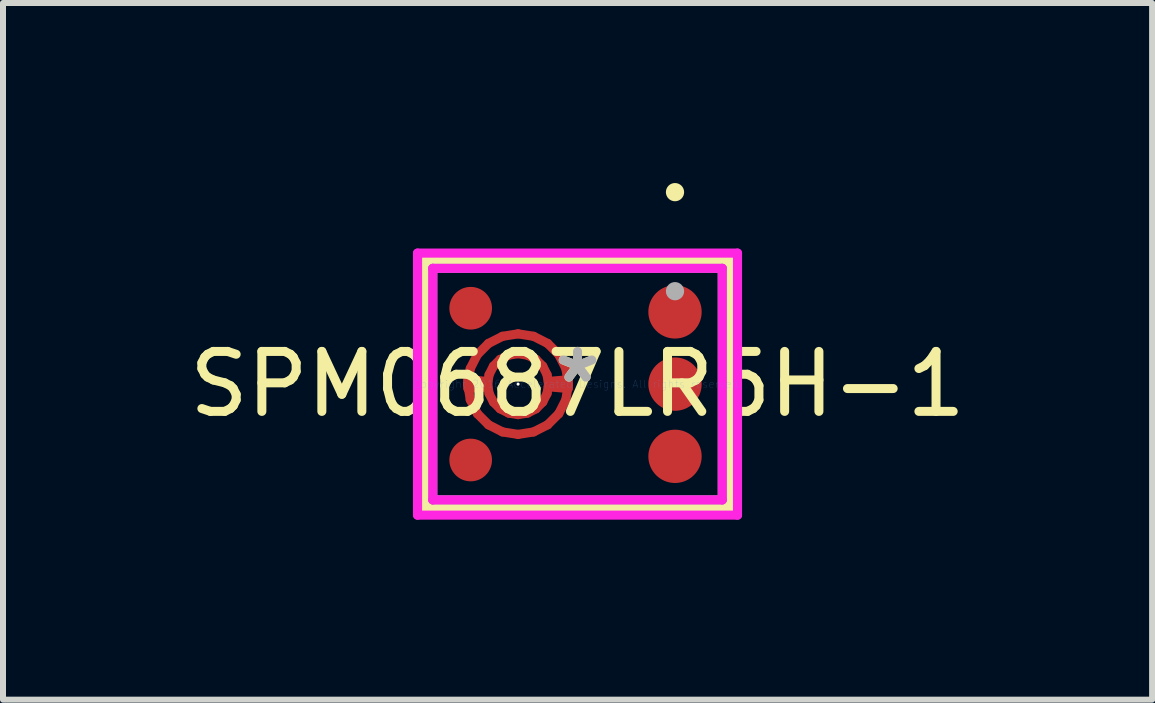
<source format=kicad_pcb>
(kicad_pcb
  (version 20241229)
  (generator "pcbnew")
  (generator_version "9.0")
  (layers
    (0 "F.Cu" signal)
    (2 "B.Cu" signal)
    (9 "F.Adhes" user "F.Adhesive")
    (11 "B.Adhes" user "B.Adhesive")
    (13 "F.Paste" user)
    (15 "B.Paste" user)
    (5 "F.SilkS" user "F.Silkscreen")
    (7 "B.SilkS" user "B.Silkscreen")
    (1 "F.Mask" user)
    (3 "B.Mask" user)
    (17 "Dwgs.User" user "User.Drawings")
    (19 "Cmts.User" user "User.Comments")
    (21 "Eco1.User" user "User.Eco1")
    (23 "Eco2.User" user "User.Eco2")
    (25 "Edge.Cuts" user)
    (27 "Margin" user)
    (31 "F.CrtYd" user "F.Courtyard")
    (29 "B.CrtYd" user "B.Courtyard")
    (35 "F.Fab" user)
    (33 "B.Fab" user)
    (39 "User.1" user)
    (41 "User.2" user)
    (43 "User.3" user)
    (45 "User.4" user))
  (footprint "SPM0687LR5H-1"
    (layer "F.Cu")
    (at 6.577 3.353)
    (property "Reference" "SPM0687LR5H-1" (at 0 0 0) (layer "F.SilkS") (effects (font (size 1 1) (thickness 0.15))))
    (attr through_hole)
    (fp_line (start -1.829 0) (end -1.826 -0.073) (stroke (width 0.152) (type solid)) (layer "F.Cu"))
    (fp_line (start -1.829 0) (end -1.826 0.073) (stroke (width 0.152) (type solid)) (layer "F.Cu"))
    (fp_line (start -1.826 -0.073) (end -1.497 -0.044) (stroke (width 0.152) (type solid)) (layer "F.Cu"))
    (fp_line (start -1.826 0.073) (end -1.497 0.044) (stroke (width 0.152) (type solid)) (layer "F.Cu"))
    (fp_line (start -1.788 -0.259) (end -1.829 0) (stroke (width 0.152) (type solid)) (layer "F.Cu"))
    (fp_line (start -1.788 0.259) (end -1.829 0) (stroke (width 0.152) (type solid)) (layer "F.Cu"))
    (fp_line (start -1.669 -0.493) (end -1.788 -0.259) (stroke (width 0.152) (type solid)) (layer "F.Cu"))
    (fp_line (start -1.669 0.493) (end -1.788 0.259) (stroke (width 0.152) (type solid)) (layer "F.Cu"))
    (fp_line (start -1.499 0) (end -1.474 -0.157) (stroke (width 0.152) (type solid)) (layer "F.Cu"))
    (fp_line (start -1.499 0) (end -1.474 0.157) (stroke (width 0.152) (type solid)) (layer "F.Cu"))
    (fp_line (start -1.497 -0.044) (end -1.499 0) (stroke (width 0.152) (type solid)) (layer "F.Cu"))
    (fp_line (start -1.497 0.044) (end -1.499 0) (stroke (width 0.152) (type solid)) (layer "F.Cu"))
    (fp_line (start -1.484 -0.678) (end -1.669 -0.493) (stroke (width 0.152) (type solid)) (layer "F.Cu"))
    (fp_line (start -1.484 0.678) (end -1.669 0.493) (stroke (width 0.152) (type solid)) (layer "F.Cu"))
    (fp_line (start -1.474 -0.157) (end -1.402 -0.299) (stroke (width 0.152) (type solid)) (layer "F.Cu"))
    (fp_line (start -1.474 0.157) (end -1.402 0.299) (stroke (width 0.152) (type solid)) (layer "F.Cu"))
    (fp_line (start -1.402 -0.299) (end -1.29 -0.411) (stroke (width 0.152) (type solid)) (layer "F.Cu"))
    (fp_line (start -1.402 0.299) (end -1.29 0.411) (stroke (width 0.152) (type solid)) (layer "F.Cu"))
    (fp_line (start -1.29 -0.411) (end -1.148 -0.483) (stroke (width 0.152) (type solid)) (layer "F.Cu"))
    (fp_line (start -1.29 0.411) (end -1.148 0.483) (stroke (width 0.152) (type solid)) (layer "F.Cu"))
    (fp_line (start -1.25 -0.797) (end -1.484 -0.678) (stroke (width 0.152) (type solid)) (layer "F.Cu"))
    (fp_line (start -1.25 0.797) (end -1.484 0.678) (stroke (width 0.152) (type solid)) (layer "F.Cu"))
    (fp_line (start -1.148 -0.483) (end -0.991 -0.508) (stroke (width 0.152) (type solid)) (layer "F.Cu"))
    (fp_line (start -1.148 0.483) (end -0.991 0.508) (stroke (width 0.152) (type solid)) (layer "F.Cu"))
    (fp_line (start -0.991 -0.838) (end -1.25 -0.797) (stroke (width 0.152) (type solid)) (layer "F.Cu"))
    (fp_line (start -0.991 -0.508) (end -0.834 -0.483) (stroke (width 0.152) (type solid)) (layer "F.Cu"))
    (fp_line (start -0.991 0.508) (end -0.834 0.483) (stroke (width 0.152) (type solid)) (layer "F.Cu"))
    (fp_line (start -0.991 0.838) (end -1.25 0.797) (stroke (width 0.152) (type solid)) (layer "F.Cu"))
    (fp_line (start -0.834 -0.483) (end -0.692 -0.411) (stroke (width 0.152) (type solid)) (layer "F.Cu"))
    (fp_line (start -0.834 0.483) (end -0.692 0.411) (stroke (width 0.152) (type solid)) (layer "F.Cu"))
    (fp_line (start -0.732 -0.797) (end -0.991 -0.838) (stroke (width 0.152) (type solid)) (layer "F.Cu"))
    (fp_line (start -0.732 0.797) (end -0.991 0.838) (stroke (width 0.152) (type solid)) (layer "F.Cu"))
    (fp_line (start -0.692 -0.411) (end -0.58 -0.299) (stroke (width 0.152) (type solid)) (layer "F.Cu"))
    (fp_line (start -0.692 0.411) (end -0.58 0.299) (stroke (width 0.152) (type solid)) (layer "F.Cu"))
    (fp_line (start -0.58 -0.299) (end -0.508 -0.157) (stroke (width 0.152) (type solid)) (layer "F.Cu"))
    (fp_line (start -0.58 0.299) (end -0.508 0.157) (stroke (width 0.152) (type solid)) (layer "F.Cu"))
    (fp_line (start -0.508 -0.157) (end -0.483 0) (stroke (width 0.152) (type solid)) (layer "F.Cu"))
    (fp_line (start -0.508 0.157) (end -0.483 0) (stroke (width 0.152) (type solid)) (layer "F.Cu"))
    (fp_line (start -0.498 -0.678) (end -0.732 -0.797) (stroke (width 0.152) (type solid)) (layer "F.Cu"))
    (fp_line (start -0.498 0.678) (end -0.732 0.797) (stroke (width 0.152) (type solid)) (layer "F.Cu"))
    (fp_line (start -0.485 -0.044) (end -0.156 -0.073) (stroke (width 0.152) (type solid)) (layer "F.Cu"))
    (fp_line (start -0.485 0.044) (end -0.156 0.073) (stroke (width 0.152) (type solid)) (layer "F.Cu"))
    (fp_line (start -0.483 0) (end -0.485 -0.044) (stroke (width 0.152) (type solid)) (layer "F.Cu"))
    (fp_line (start -0.483 0) (end -0.485 0.044) (stroke (width 0.152) (type solid)) (layer "F.Cu"))
    (fp_line (start -0.313 -0.493) (end -0.498 -0.678) (stroke (width 0.152) (type solid)) (layer "F.Cu"))
    (fp_line (start -0.313 0.493) (end -0.498 0.678) (stroke (width 0.152) (type solid)) (layer "F.Cu"))
    (fp_line (start -0.194 -0.259) (end -0.313 -0.493) (stroke (width 0.152) (type solid)) (layer "F.Cu"))
    (fp_line (start -0.194 0.259) (end -0.313 0.493) (stroke (width 0.152) (type solid)) (layer "F.Cu"))
    (fp_line (start -0.156 -0.073) (end -0.153 0) (stroke (width 0.152) (type solid)) (layer "F.Cu"))
    (fp_line (start -0.156 0.073) (end -0.153 0) (stroke (width 0.152) (type solid)) (layer "F.Cu"))
    (fp_line (start -0.153 0) (end -0.194 -0.259) (stroke (width 0.152) (type solid)) (layer "F.Cu"))
    (fp_line (start -0.153 0) (end -0.194 0.259) (stroke (width 0.152) (type solid)) (layer "F.Cu"))
    (fp_line (start -1.829 0) (end -1.826 -0.073) (stroke (width 0.152) (type solid)) (layer "F.Mask"))
    (fp_line (start -1.829 0) (end -1.826 0.073) (stroke (width 0.152) (type solid)) (layer "F.Mask"))
    (fp_line (start -1.826 -0.073) (end -1.497 -0.044) (stroke (width 0.152) (type solid)) (layer "F.Mask"))
    (fp_line (start -1.826 0.073) (end -1.497 0.044) (stroke (width 0.152) (type solid)) (layer "F.Mask"))
    (fp_line (start -1.788 -0.259) (end -1.829 0) (stroke (width 0.152) (type solid)) (layer "F.Mask"))
    (fp_line (start -1.788 0.259) (end -1.829 0) (stroke (width 0.152) (type solid)) (layer "F.Mask"))
    (fp_line (start -1.669 -0.493) (end -1.788 -0.259) (stroke (width 0.152) (type solid)) (layer "F.Mask"))
    (fp_line (start -1.669 0.493) (end -1.788 0.259) (stroke (width 0.152) (type solid)) (layer "F.Mask"))
    (fp_line (start -1.499 0) (end -1.474 -0.157) (stroke (width 0.152) (type solid)) (layer "F.Mask"))
    (fp_line (start -1.499 0) (end -1.474 0.157) (stroke (width 0.152) (type solid)) (layer "F.Mask"))
    (fp_line (start -1.497 -0.044) (end -1.499 0) (stroke (width 0.152) (type solid)) (layer "F.Mask"))
    (fp_line (start -1.497 0.044) (end -1.499 0) (stroke (width 0.152) (type solid)) (layer "F.Mask"))
    (fp_line (start -1.484 -0.678) (end -1.669 -0.493) (stroke (width 0.152) (type solid)) (layer "F.Mask"))
    (fp_line (start -1.484 0.678) (end -1.669 0.493) (stroke (width 0.152) (type solid)) (layer "F.Mask"))
    (fp_line (start -1.474 -0.157) (end -1.402 -0.299) (stroke (width 0.152) (type solid)) (layer "F.Mask"))
    (fp_line (start -1.474 0.157) (end -1.402 0.299) (stroke (width 0.152) (type solid)) (layer "F.Mask"))
    (fp_line (start -1.402 -0.299) (end -1.29 -0.411) (stroke (width 0.152) (type solid)) (layer "F.Mask"))
    (fp_line (start -1.402 0.299) (end -1.29 0.411) (stroke (width 0.152) (type solid)) (layer "F.Mask"))
    (fp_line (start -1.29 -0.411) (end -1.148 -0.483) (stroke (width 0.152) (type solid)) (layer "F.Mask"))
    (fp_line (start -1.29 0.411) (end -1.148 0.483) (stroke (width 0.152) (type solid)) (layer "F.Mask"))
    (fp_line (start -1.25 -0.797) (end -1.484 -0.678) (stroke (width 0.152) (type solid)) (layer "F.Mask"))
    (fp_line (start -1.25 0.797) (end -1.484 0.678) (stroke (width 0.152) (type solid)) (layer "F.Mask"))
    (fp_line (start -1.148 -0.483) (end -0.991 -0.508) (stroke (width 0.152) (type solid)) (layer "F.Mask"))
    (fp_line (start -1.148 0.483) (end -0.991 0.508) (stroke (width 0.152) (type solid)) (layer "F.Mask"))
    (fp_line (start -0.991 -0.838) (end -1.25 -0.797) (stroke (width 0.152) (type solid)) (layer "F.Mask"))
    (fp_line (start -0.991 -0.508) (end -0.834 -0.483) (stroke (width 0.152) (type solid)) (layer "F.Mask"))
    (fp_line (start -0.991 0.508) (end -0.834 0.483) (stroke (width 0.152) (type solid)) (layer "F.Mask"))
    (fp_line (start -0.991 0.838) (end -1.25 0.797) (stroke (width 0.152) (type solid)) (layer "F.Mask"))
    (fp_line (start -0.834 -0.483) (end -0.692 -0.411) (stroke (width 0.152) (type solid)) (layer "F.Mask"))
    (fp_line (start -0.834 0.483) (end -0.692 0.411) (stroke (width 0.152) (type solid)) (layer "F.Mask"))
    (fp_line (start -0.732 -0.797) (end -0.991 -0.838) (stroke (width 0.152) (type solid)) (layer "F.Mask"))
    (fp_line (start -0.732 0.797) (end -0.991 0.838) (stroke (width 0.152) (type solid)) (layer "F.Mask"))
    (fp_line (start -0.692 -0.411) (end -0.58 -0.299) (stroke (width 0.152) (type solid)) (layer "F.Mask"))
    (fp_line (start -0.692 0.411) (end -0.58 0.299) (stroke (width 0.152) (type solid)) (layer "F.Mask"))
    (fp_line (start -0.58 -0.299) (end -0.508 -0.157) (stroke (width 0.152) (type solid)) (layer "F.Mask"))
    (fp_line (start -0.58 0.299) (end -0.508 0.157) (stroke (width 0.152) (type solid)) (layer "F.Mask"))
    (fp_line (start -0.508 -0.157) (end -0.483 0) (stroke (width 0.152) (type solid)) (layer "F.Mask"))
    (fp_line (start -0.508 0.157) (end -0.483 0) (stroke (width 0.152) (type solid)) (layer "F.Mask"))
    (fp_line (start -0.498 -0.678) (end -0.732 -0.797) (stroke (width 0.152) (type solid)) (layer "F.Mask"))
    (fp_line (start -0.498 0.678) (end -0.732 0.797) (stroke (width 0.152) (type solid)) (layer "F.Mask"))
    (fp_line (start -0.485 -0.044) (end -0.156 -0.073) (stroke (width 0.152) (type solid)) (layer "F.Mask"))
    (fp_line (start -0.485 0.044) (end -0.156 0.073) (stroke (width 0.152) (type solid)) (layer "F.Mask"))
    (fp_line (start -0.483 0) (end -0.485 -0.044) (stroke (width 0.152) (type solid)) (layer "F.Mask"))
    (fp_line (start -0.483 0) (end -0.485 0.044) (stroke (width 0.152) (type solid)) (layer "F.Mask"))
    (fp_line (start -0.313 -0.493) (end -0.498 -0.678) (stroke (width 0.152) (type solid)) (layer "F.Mask"))
    (fp_line (start -0.313 0.493) (end -0.498 0.678) (stroke (width 0.152) (type solid)) (layer "F.Mask"))
    (fp_line (start -0.194 -0.259) (end -0.313 -0.493) (stroke (width 0.152) (type solid)) (layer "F.Mask"))
    (fp_line (start -0.194 0.259) (end -0.313 0.493) (stroke (width 0.152) (type solid)) (layer "F.Mask"))
    (fp_line (start -0.156 -0.073) (end -0.153 0) (stroke (width 0.152) (type solid)) (layer "F.Mask"))
    (fp_line (start -0.156 0.073) (end -0.153 0) (stroke (width 0.152) (type solid)) (layer "F.Mask"))
    (fp_line (start -0.153 0) (end -0.194 -0.259) (stroke (width 0.152) (type solid)) (layer "F.Mask"))
    (fp_line (start -0.153 0) (end -0.194 0.259) (stroke (width 0.152) (type solid)) (layer "F.Mask"))
    (fp_line (start -2.54 -2.057) (end -2.54 2.057) (stroke (width 0.152) (type solid)) (layer "F.SilkS"))
    (fp_line (start -2.54 2.057) (end 2.54 2.057) (stroke (width 0.152) (type solid)) (layer "F.SilkS"))
    (fp_line (start 2.54 -2.057) (end -2.54 -2.057) (stroke (width 0.152) (type solid)) (layer "F.SilkS"))
    (fp_line (start 2.54 2.057) (end 2.54 -2.057) (stroke (width 0.152) (type solid)) (layer "F.SilkS"))
    (fp_circle (center 1.625 -3.2) (end 1.701 -3.2) (stroke (width 0.152) (type solid)) (fill no) (layer "F.SilkS"))
    (fp_line (start -1.829 0) (end -1.826 -0.073) (stroke (width 0.152) (type solid)) (layer "F.Paste"))
    (fp_line (start -1.829 0) (end -1.826 0.073) (stroke (width 0.152) (type solid)) (layer "F.Paste"))
    (fp_line (start -1.826 -0.073) (end -1.497 -0.044) (stroke (width 0.152) (type solid)) (layer "F.Paste"))
    (fp_line (start -1.826 0.073) (end -1.497 0.044) (stroke (width 0.152) (type solid)) (layer "F.Paste"))
    (fp_line (start -1.788 -0.259) (end -1.829 0) (stroke (width 0.152) (type solid)) (layer "F.Paste"))
    (fp_line (start -1.788 0.259) (end -1.829 0) (stroke (width 0.152) (type solid)) (layer "F.Paste"))
    (fp_line (start -1.669 -0.493) (end -1.788 -0.259) (stroke (width 0.152) (type solid)) (layer "F.Paste"))
    (fp_line (start -1.669 0.493) (end -1.788 0.259) (stroke (width 0.152) (type solid)) (layer "F.Paste"))
    (fp_line (start -1.499 0) (end -1.474 -0.157) (stroke (width 0.152) (type solid)) (layer "F.Paste"))
    (fp_line (start -1.499 0) (end -1.474 0.157) (stroke (width 0.152) (type solid)) (layer "F.Paste"))
    (fp_line (start -1.497 -0.044) (end -1.499 0) (stroke (width 0.152) (type solid)) (layer "F.Paste"))
    (fp_line (start -1.497 0.044) (end -1.499 0) (stroke (width 0.152) (type solid)) (layer "F.Paste"))
    (fp_line (start -1.484 -0.678) (end -1.669 -0.493) (stroke (width 0.152) (type solid)) (layer "F.Paste"))
    (fp_line (start -1.484 0.678) (end -1.669 0.493) (stroke (width 0.152) (type solid)) (layer "F.Paste"))
    (fp_line (start -1.474 -0.157) (end -1.402 -0.299) (stroke (width 0.152) (type solid)) (layer "F.Paste"))
    (fp_line (start -1.474 0.157) (end -1.402 0.299) (stroke (width 0.152) (type solid)) (layer "F.Paste"))
    (fp_line (start -1.402 -0.299) (end -1.29 -0.411) (stroke (width 0.152) (type solid)) (layer "F.Paste"))
    (fp_line (start -1.402 0.299) (end -1.29 0.411) (stroke (width 0.152) (type solid)) (layer "F.Paste"))
    (fp_line (start -1.29 -0.411) (end -1.148 -0.483) (stroke (width 0.152) (type solid)) (layer "F.Paste"))
    (fp_line (start -1.29 0.411) (end -1.148 0.483) (stroke (width 0.152) (type solid)) (layer "F.Paste"))
    (fp_line (start -1.25 -0.797) (end -1.484 -0.678) (stroke (width 0.152) (type solid)) (layer "F.Paste"))
    (fp_line (start -1.25 0.797) (end -1.484 0.678) (stroke (width 0.152) (type solid)) (layer "F.Paste"))
    (fp_line (start -1.148 -0.483) (end -0.991 -0.508) (stroke (width 0.152) (type solid)) (layer "F.Paste"))
    (fp_line (start -1.148 0.483) (end -0.991 0.508) (stroke (width 0.152) (type solid)) (layer "F.Paste"))
    (fp_line (start -0.991 -0.838) (end -1.25 -0.797) (stroke (width 0.152) (type solid)) (layer "F.Paste"))
    (fp_line (start -0.991 -0.508) (end -0.834 -0.483) (stroke (width 0.152) (type solid)) (layer "F.Paste"))
    (fp_line (start -0.991 0.508) (end -0.834 0.483) (stroke (width 0.152) (type solid)) (layer "F.Paste"))
    (fp_line (start -0.991 0.838) (end -1.25 0.797) (stroke (width 0.152) (type solid)) (layer "F.Paste"))
    (fp_line (start -0.834 -0.483) (end -0.692 -0.411) (stroke (width 0.152) (type solid)) (layer "F.Paste"))
    (fp_line (start -0.834 0.483) (end -0.692 0.411) (stroke (width 0.152) (type solid)) (layer "F.Paste"))
    (fp_line (start -0.732 -0.797) (end -0.991 -0.838) (stroke (width 0.152) (type solid)) (layer "F.Paste"))
    (fp_line (start -0.732 0.797) (end -0.991 0.838) (stroke (width 0.152) (type solid)) (layer "F.Paste"))
    (fp_line (start -0.692 -0.411) (end -0.58 -0.299) (stroke (width 0.152) (type solid)) (layer "F.Paste"))
    (fp_line (start -0.692 0.411) (end -0.58 0.299) (stroke (width 0.152) (type solid)) (layer "F.Paste"))
    (fp_line (start -0.58 -0.299) (end -0.508 -0.157) (stroke (width 0.152) (type solid)) (layer "F.Paste"))
    (fp_line (start -0.58 0.299) (end -0.508 0.157) (stroke (width 0.152) (type solid)) (layer "F.Paste"))
    (fp_line (start -0.508 -0.157) (end -0.483 0) (stroke (width 0.152) (type solid)) (layer "F.Paste"))
    (fp_line (start -0.508 0.157) (end -0.483 0) (stroke (width 0.152) (type solid)) (layer "F.Paste"))
    (fp_line (start -0.498 -0.678) (end -0.732 -0.797) (stroke (width 0.152) (type solid)) (layer "F.Paste"))
    (fp_line (start -0.498 0.678) (end -0.732 0.797) (stroke (width 0.152) (type solid)) (layer "F.Paste"))
    (fp_line (start -0.485 -0.044) (end -0.156 -0.073) (stroke (width 0.152) (type solid)) (layer "F.Paste"))
    (fp_line (start -0.485 0.044) (end -0.156 0.073) (stroke (width 0.152) (type solid)) (layer "F.Paste"))
    (fp_line (start -0.483 0) (end -0.485 -0.044) (stroke (width 0.152) (type solid)) (layer "F.Paste"))
    (fp_line (start -0.483 0) (end -0.485 0.044) (stroke (width 0.152) (type solid)) (layer "F.Paste"))
    (fp_line (start -0.313 -0.493) (end -0.498 -0.678) (stroke (width 0.152) (type solid)) (layer "F.Paste"))
    (fp_line (start -0.313 0.493) (end -0.498 0.678) (stroke (width 0.152) (type solid)) (layer "F.Paste"))
    (fp_line (start -0.194 -0.259) (end -0.313 -0.493) (stroke (width 0.152) (type solid)) (layer "F.Paste"))
    (fp_line (start -0.194 0.259) (end -0.313 0.493) (stroke (width 0.152) (type solid)) (layer "F.Paste"))
    (fp_line (start -0.156 -0.073) (end -0.153 0) (stroke (width 0.152) (type solid)) (layer "F.Paste"))
    (fp_line (start -0.156 0.073) (end -0.153 0) (stroke (width 0.152) (type solid)) (layer "F.Paste"))
    (fp_line (start -0.153 0) (end -0.194 -0.259) (stroke (width 0.152) (type solid)) (layer "F.Paste"))
    (fp_line (start -0.153 0) (end -0.194 0.259) (stroke (width 0.152) (type solid)) (layer "F.Paste"))
    (fp_line (start -2.667 -2.184) (end 2.667 -2.184) (stroke (width 0.152) (type solid)) (layer "F.CrtYd"))
    (fp_line (start -2.667 2.184) (end -2.667 -2.184) (stroke (width 0.152) (type solid)) (layer "F.CrtYd"))
    (fp_line (start -2.413 -1.93) (end 2.413 -1.93) (stroke (width 0.152) (type solid)) (layer "F.CrtYd"))
    (fp_line (start -2.413 1.93) (end -2.413 -1.93) (stroke (width 0.152) (type solid)) (layer "F.CrtYd"))
    (fp_line (start 2.413 -1.93) (end 2.413 1.93) (stroke (width 0.152) (type solid)) (layer "F.CrtYd"))
    (fp_line (start 2.413 1.93) (end -2.413 1.93) (stroke (width 0.152) (type solid)) (layer "F.CrtYd"))
    (fp_line (start 2.667 -2.184) (end 2.667 2.184) (stroke (width 0.152) (type solid)) (layer "F.CrtYd"))
    (fp_line (start 2.667 2.184) (end -2.667 2.184) (stroke (width 0.152) (type solid)) (layer "F.CrtYd"))
    (fp_line (start -2.413 -1.93) (end -2.413 1.93) (stroke (width 0.152) (type solid)) (layer "F.Fab"))
    (fp_line (start -2.413 1.93) (end 2.413 1.93) (stroke (width 0.152) (type solid)) (layer "F.Fab"))
    (fp_line (start 2.413 -1.93) (end -2.413 -1.93) (stroke (width 0.152) (type solid)) (layer "F.Fab"))
    (fp_line (start 2.413 1.93) (end 2.413 -1.93) (stroke (width 0.152) (type solid)) (layer "F.Fab"))
    (fp_circle (center 1.625 -1.549) (end 1.701 -1.549) (stroke (width 0.152) (type solid)) (fill no) (layer "F.Fab"))
    (fp_text user "*" (at 0 0 0) (layer "F.SilkS") (effects (font (size 1 1) (thickness 0.15))))
    (fp_text user "Copyright 2016 Accelerated Designs. All rights reserved." (at 0 0 0) (layer "Cmts.User") (effects (font (size 0.127 0.127) (thickness 0.002))))
    (fp_text user "*" (at 0 0 0) (layer "F.Fab") (effects (font (size 1 1) (thickness 0.15))))
    (pad "" np_thru_hole circle (at -0.991 0) (size 0.051 0.051) (drill 0.457) (layers "*.Cu" "*.Mask"))
    (pad "1" smd circle (at 1.625 -1.204) (size 0.889 0.889) (layers "F.Cu" "F.Mask" "F.Paste"))
    (pad "2" smd circle (at -1.781 -1.265) (size 0.711 0.711) (layers "F.Cu" "F.Mask" "F.Paste"))
    (pad "3" smd rect (at -1.664 0) (size 0.051 0.051) (layers "F.Cu" "F.Mask" "F.Paste"))
    (pad "4" smd circle (at -1.781 1.265) (size 0.711 0.711) (layers "F.Cu" "F.Mask" "F.Paste"))
    (pad "5" smd circle (at 1.625 1.204) (size 0.889 0.889) (layers "F.Cu" "F.Mask" "F.Paste"))
    (pad "6" smd circle (at 1.625 0) (size 0.889 0.889) (layers "F.Cu" "F.Mask" "F.Paste")))
  (gr_rect
    (start -3 -3)
    (end 16.155 8.613)
    (stroke (width 0.1) (type default))
    (fill no)
    (layer "Edge.Cuts")))
</source>
